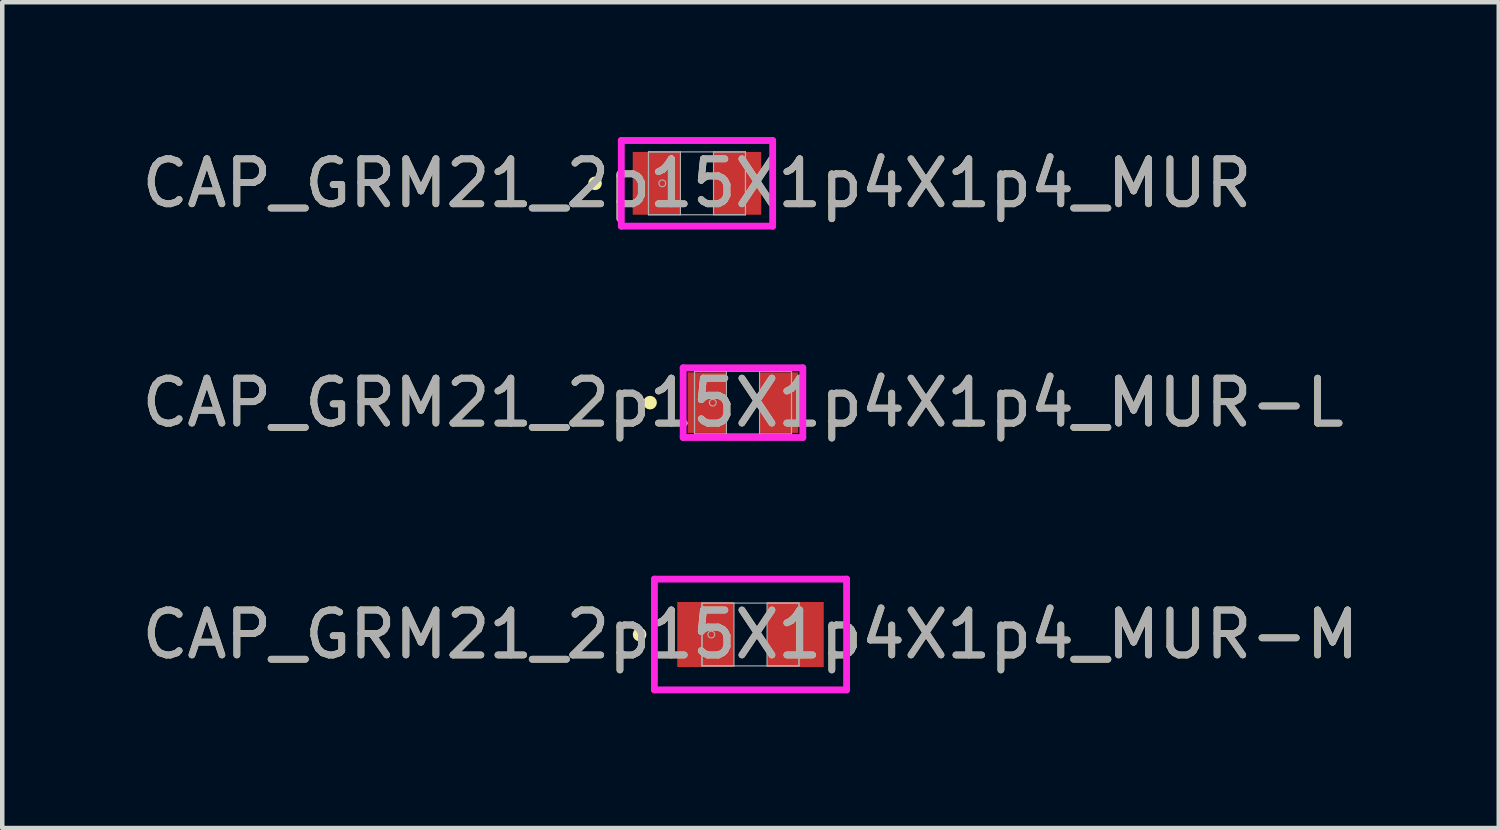
<source format=kicad_pcb>
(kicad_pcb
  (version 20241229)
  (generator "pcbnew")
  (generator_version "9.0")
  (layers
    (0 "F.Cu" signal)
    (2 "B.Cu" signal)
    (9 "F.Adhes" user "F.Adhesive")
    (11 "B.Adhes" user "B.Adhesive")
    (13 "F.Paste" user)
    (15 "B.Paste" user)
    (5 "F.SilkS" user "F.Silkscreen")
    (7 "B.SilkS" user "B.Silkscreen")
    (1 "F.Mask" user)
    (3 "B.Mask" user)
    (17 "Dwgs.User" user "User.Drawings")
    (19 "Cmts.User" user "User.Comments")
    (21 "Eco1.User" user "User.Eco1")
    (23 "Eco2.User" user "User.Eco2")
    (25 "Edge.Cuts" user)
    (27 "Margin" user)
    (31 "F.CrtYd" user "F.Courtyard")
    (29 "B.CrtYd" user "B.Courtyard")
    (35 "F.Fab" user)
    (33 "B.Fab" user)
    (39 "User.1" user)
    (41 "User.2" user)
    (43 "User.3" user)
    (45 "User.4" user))
  (footprint "CAP_GRM21_2p15X1p4X1p4_MUR-M"
    (layer "F.Cu")
    (at 13.649 11.068)
    (property "Reference" "CAP_GRM21_2p15X1p4X1p4_MUR-M" (at 0 0 0) (unlocked yes) (layer "F.SilkS") (effects (font (size 1 1) (thickness 0.15))))
    (attr smd)
    (fp_circle (center -2.468 0) (end -2.392 0) (stroke (width 0.152) (type solid)) (fill no) (layer "F.SilkS"))
    (fp_line (start -2.138 -1.232) (end 2.138 -1.232) (stroke (width 0.152) (type solid)) (layer "F.CrtYd"))
    (fp_line (start -2.138 1.232) (end -2.138 -1.232) (stroke (width 0.152) (type solid)) (layer "F.CrtYd"))
    (fp_line (start 2.138 -1.232) (end 2.138 1.232) (stroke (width 0.152) (type solid)) (layer "F.CrtYd"))
    (fp_line (start 2.138 1.232) (end -2.138 1.232) (stroke (width 0.152) (type solid)) (layer "F.CrtYd"))
    (fp_line (start -1.079 -0.699) (end -1.079 0.699) (stroke (width 0.025) (type solid)) (layer "F.Fab"))
    (fp_line (start -1.079 -0.699) (end -1.079 0.699) (stroke (width 0.025) (type solid)) (layer "F.Fab"))
    (fp_line (start -1.079 0.699) (end -0.368 0.699) (stroke (width 0.025) (type solid)) (layer "F.Fab"))
    (fp_line (start -1.079 0.699) (end 1.079 0.699) (stroke (width 0.025) (type solid)) (layer "F.Fab"))
    (fp_line (start -0.368 -0.699) (end -1.079 -0.699) (stroke (width 0.025) (type solid)) (layer "F.Fab"))
    (fp_line (start -0.368 0.699) (end -0.368 -0.699) (stroke (width 0.025) (type solid)) (layer "F.Fab"))
    (fp_line (start 0.368 -0.699) (end 0.368 0.699) (stroke (width 0.025) (type solid)) (layer "F.Fab"))
    (fp_line (start 0.368 0.699) (end 1.079 0.699) (stroke (width 0.025) (type solid)) (layer "F.Fab"))
    (fp_line (start 1.079 -0.699) (end -1.079 -0.699) (stroke (width 0.025) (type solid)) (layer "F.Fab"))
    (fp_line (start 1.079 -0.699) (end 0.368 -0.699) (stroke (width 0.025) (type solid)) (layer "F.Fab"))
    (fp_line (start 1.079 0.699) (end 1.079 -0.699) (stroke (width 0.025) (type solid)) (layer "F.Fab"))
    (fp_line (start 1.079 0.699) (end 1.079 -0.699) (stroke (width 0.025) (type solid)) (layer "F.Fab"))
    (fp_circle (center -0.872 0) (end -0.796 0) (stroke (width 0.025) (type solid)) (fill no) (layer "F.Fab"))
    (fp_text user "${REFERENCE}" (at 0 0 0) (unlocked yes) (layer "F.Fab") (effects (font (size 1 1) (thickness 0.15))))
    (pad "1" smd rect (at -0.999 0) (size 1.261 1.447) (layers "F.Cu" "F.Mask" "F.Paste"))
    (pad "2" smd rect (at 0.999 0) (size 1.261 1.447) (layers "F.Cu" "F.Mask" "F.Paste"))
    (zone (net_name "") (layer "F.Cu") (hatch full 0.508) (connect_pads) (min_thickness 0.254) (filled_areas_thickness no) (keepout (tracks not_allowed) (vias not_allowed) (pads allowed) (copperpour not_allowed) (footprints allowed)) (placement (enabled no)) (fill) (polygon (pts (xy 13.331 10.42) (xy 13.966 10.42) (xy 13.966 11.715) (xy 13.331 11.715)))))
  (footprint "CAP_GRM21_2p15X1p4X1p4_MUR-L"
    (layer "F.Cu")
    (at 13.482 5.909)
    (property "Reference" "CAP_GRM21_2p15X1p4X1p4_MUR-L" (at 0 0 0) (unlocked yes) (layer "F.SilkS") (effects (font (size 1 1) (thickness 0.15))))
    (attr smd)
    (fp_circle (center -2.068 0) (end -1.992 0) (stroke (width 0.152) (type solid)) (fill no) (layer "F.SilkS"))
    (fp_line (start -1.331 -0.775) (end 1.331 -0.775) (stroke (width 0.152) (type solid)) (layer "F.CrtYd"))
    (fp_line (start -1.331 0.775) (end -1.331 -0.775) (stroke (width 0.152) (type solid)) (layer "F.CrtYd"))
    (fp_line (start 1.331 -0.775) (end 1.331 0.775) (stroke (width 0.152) (type solid)) (layer "F.CrtYd"))
    (fp_line (start 1.331 0.775) (end -1.331 0.775) (stroke (width 0.152) (type solid)) (layer "F.CrtYd"))
    (fp_line (start -1.079 -0.699) (end -1.079 0.699) (stroke (width 0.025) (type solid)) (layer "F.Fab"))
    (fp_line (start -1.079 -0.699) (end -1.079 0.699) (stroke (width 0.025) (type solid)) (layer "F.Fab"))
    (fp_line (start -1.079 0.699) (end -0.368 0.699) (stroke (width 0.025) (type solid)) (layer "F.Fab"))
    (fp_line (start -1.079 0.699) (end 1.079 0.699) (stroke (width 0.025) (type solid)) (layer "F.Fab"))
    (fp_line (start -0.368 -0.699) (end -1.079 -0.699) (stroke (width 0.025) (type solid)) (layer "F.Fab"))
    (fp_line (start -0.368 0.699) (end -0.368 -0.699) (stroke (width 0.025) (type solid)) (layer "F.Fab"))
    (fp_line (start 0.368 -0.699) (end 0.368 0.699) (stroke (width 0.025) (type solid)) (layer "F.Fab"))
    (fp_line (start 0.368 0.699) (end 1.079 0.699) (stroke (width 0.025) (type solid)) (layer "F.Fab"))
    (fp_line (start 1.079 -0.699) (end -1.079 -0.699) (stroke (width 0.025) (type solid)) (layer "F.Fab"))
    (fp_line (start 1.079 -0.699) (end 0.368 -0.699) (stroke (width 0.025) (type solid)) (layer "F.Fab"))
    (fp_line (start 1.079 0.699) (end 1.079 -0.699) (stroke (width 0.025) (type solid)) (layer "F.Fab"))
    (fp_line (start 1.079 0.699) (end 1.079 -0.699) (stroke (width 0.025) (type solid)) (layer "F.Fab"))
    (fp_circle (center -0.672 0) (end -0.596 0) (stroke (width 0.025) (type solid)) (fill no) (layer "F.Fab"))
    (fp_text user "${REFERENCE}" (at 0 0 0) (unlocked yes) (layer "F.Fab") (effects (font (size 1 1) (thickness 0.15))))
    (pad "1" smd rect (at -0.799 0) (size 0.861 1.347) (layers "F.Cu" "F.Mask" "F.Paste"))
    (pad "2" smd rect (at 0.799 0) (size 0.861 1.347) (layers "F.Cu" "F.Mask" "F.Paste"))
    (zone (net_name "") (layer "F.Cu") (hatch full 0.508) (connect_pads) (min_thickness 0.254) (filled_areas_thickness no) (keepout (tracks not_allowed) (vias not_allowed) (pads allowed) (copperpour not_allowed) (footprints allowed)) (placement (enabled no)) (fill) (polygon (pts (xy 13.165 5.261) (xy 13.8 5.261) (xy 13.8 6.556) (xy 13.165 6.556)))))
  (footprint "CAP_GRM21_2p15X1p4X1p4_MUR"
    (layer "F.Cu")
    (at 12.458 1.029)
    (property "Reference" "CAP_GRM21_2p15X1p4X1p4_MUR" (at 0 0 0) (unlocked yes) (layer "F.SilkS") (effects (font (size 1 1) (thickness 0.15))))
    (attr smd)
    (fp_circle (center -2.268 0) (end -2.192 0) (stroke (width 0.152) (type solid)) (fill no) (layer "F.SilkS"))
    (fp_line (start -1.684 -0.953) (end 1.684 -0.953) (stroke (width 0.152) (type solid)) (layer "F.CrtYd"))
    (fp_line (start -1.684 0.953) (end -1.684 -0.953) (stroke (width 0.152) (type solid)) (layer "F.CrtYd"))
    (fp_line (start 1.684 -0.953) (end 1.684 0.953) (stroke (width 0.152) (type solid)) (layer "F.CrtYd"))
    (fp_line (start 1.684 0.953) (end -1.684 0.953) (stroke (width 0.152) (type solid)) (layer "F.CrtYd"))
    (fp_line (start -1.079 -0.699) (end -1.079 0.699) (stroke (width 0.025) (type solid)) (layer "F.Fab"))
    (fp_line (start -1.079 -0.699) (end -1.079 0.699) (stroke (width 0.025) (type solid)) (layer "F.Fab"))
    (fp_line (start -1.079 0.699) (end -0.368 0.699) (stroke (width 0.025) (type solid)) (layer "F.Fab"))
    (fp_line (start -1.079 0.699) (end 1.079 0.699) (stroke (width 0.025) (type solid)) (layer "F.Fab"))
    (fp_line (start -0.368 -0.699) (end -1.079 -0.699) (stroke (width 0.025) (type solid)) (layer "F.Fab"))
    (fp_line (start -0.368 0.699) (end -0.368 -0.699) (stroke (width 0.025) (type solid)) (layer "F.Fab"))
    (fp_line (start 0.368 -0.699) (end 0.368 0.699) (stroke (width 0.025) (type solid)) (layer "F.Fab"))
    (fp_line (start 0.368 0.699) (end 1.079 0.699) (stroke (width 0.025) (type solid)) (layer "F.Fab"))
    (fp_line (start 1.079 -0.699) (end -1.079 -0.699) (stroke (width 0.025) (type solid)) (layer "F.Fab"))
    (fp_line (start 1.079 -0.699) (end 0.368 -0.699) (stroke (width 0.025) (type solid)) (layer "F.Fab"))
    (fp_line (start 1.079 0.699) (end 1.079 -0.699) (stroke (width 0.025) (type solid)) (layer "F.Fab"))
    (fp_line (start 1.079 0.699) (end 1.079 -0.699) (stroke (width 0.025) (type solid)) (layer "F.Fab"))
    (fp_circle (center -0.772 0) (end -0.696 0) (stroke (width 0.025) (type solid)) (fill no) (layer "F.Fab"))
    (fp_text user "${REFERENCE}" (at 0 0 0) (unlocked yes) (layer "F.Fab") (effects (font (size 1 1) (thickness 0.15))))
    (pad "1" smd rect (at -0.899 0) (size 1.061 1.397) (layers "F.Cu" "F.Mask" "F.Paste"))
    (pad "2" smd rect (at 0.899 0) (size 1.061 1.397) (layers "F.Cu" "F.Mask" "F.Paste"))
    (zone (net_name "") (layer "F.Cu") (hatch full 0.508) (connect_pads) (min_thickness 0.254) (filled_areas_thickness no) (keepout (tracks not_allowed) (vias not_allowed) (pads allowed) (copperpour not_allowed) (footprints allowed)) (placement (enabled no)) (fill) (polygon (pts (xy 12.141 0.381) (xy 12.776 0.381) (xy 12.776 1.676) (xy 12.141 1.676)))))
  (gr_rect
    (start -3 -3)
    (end 30.298 15.375)
    (stroke (width 0.1) (type default))
    (fill no)
    (layer "Edge.Cuts")))
</source>
